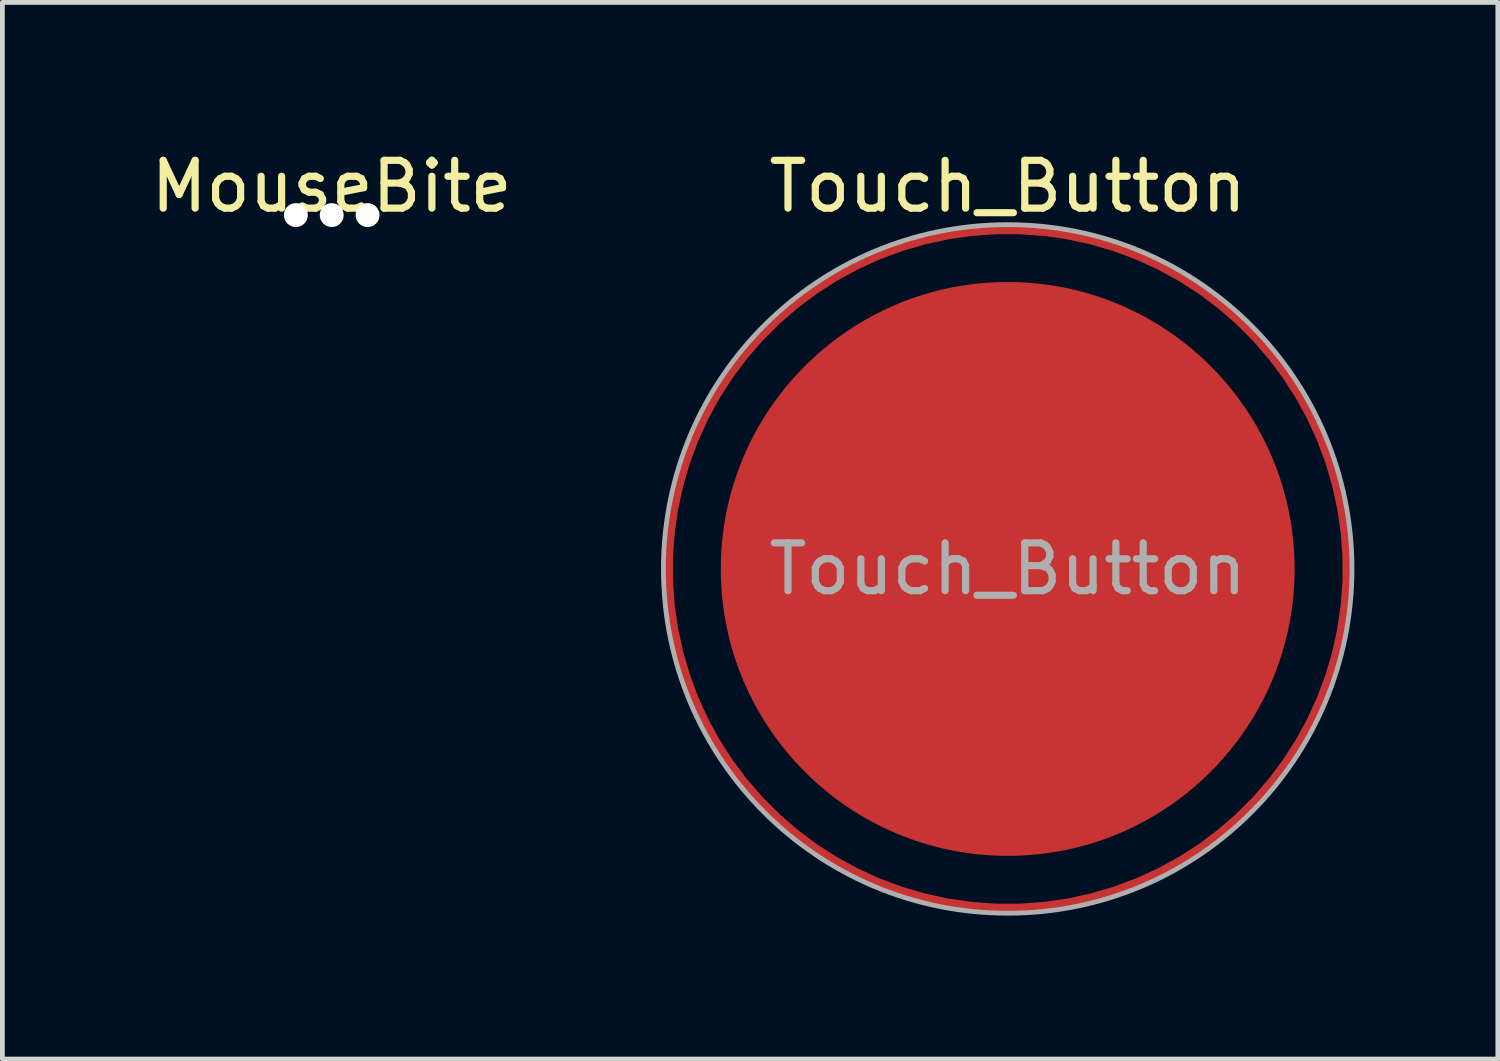
<source format=kicad_pcb>
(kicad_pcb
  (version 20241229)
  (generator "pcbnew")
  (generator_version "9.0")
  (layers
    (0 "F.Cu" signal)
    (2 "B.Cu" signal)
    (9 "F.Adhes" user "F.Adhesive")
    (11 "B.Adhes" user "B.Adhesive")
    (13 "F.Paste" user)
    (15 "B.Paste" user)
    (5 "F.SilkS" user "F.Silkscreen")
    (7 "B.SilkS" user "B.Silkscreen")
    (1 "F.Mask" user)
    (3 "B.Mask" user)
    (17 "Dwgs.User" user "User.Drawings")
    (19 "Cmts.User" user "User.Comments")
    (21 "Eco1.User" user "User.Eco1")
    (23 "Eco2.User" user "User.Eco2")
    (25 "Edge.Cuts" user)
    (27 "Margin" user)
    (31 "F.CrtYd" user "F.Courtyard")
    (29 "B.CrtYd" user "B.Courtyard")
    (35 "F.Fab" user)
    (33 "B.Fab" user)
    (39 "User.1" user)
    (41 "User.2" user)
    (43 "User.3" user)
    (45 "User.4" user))
  (footprint "Touch_Button"
    (layer "F.Cu")
    (at 18.024 8.848)
    (property "Reference" "Touch_Button" (at 0 -8 0) (layer "F.SilkS") (effects (font (size 1 1) (thickness 0.15))))
    (attr through_hole)
    (fp_circle (center 0 0) (end 7.2 0) (stroke (width 0.1) (type solid)) (fill no) (layer "F.Fab"))
    (fp_text user "${REFERENCE}" (at 0 0 0) (layer "F.Fab") (effects (font (size 1 1) (thickness 0.15))))
    (pad "1" smd circle (at 0 0) (size 12 12) (layers "F.Cu"))
    (pad "2" smd custom (at 0 7.1) (size 0.2 0.2) (layers "F.Cu") (options (anchor circle)) (primitives (gr_circle (center 0 -7.1) (end 7.1 -7.1) (width 0.2) (fill no)))))
  (footprint "MouseBite"
    (layer "F.Cu")
    (at 3.887 1.448)
    (property "Reference" "MouseBite" (at 0 -0.6 0) (layer "F.SilkS") (effects (font (size 1 1) (thickness 0.15))))
    (attr through_hole)
    (pad "" np_thru_hole circle (at -0.75 0) (size 0.5 0.5) (drill 0.5) (layers "*.Cu" "*.Mask"))
    (pad "" np_thru_hole circle (at 0 0) (size 0.5 0.5) (drill 0.5) (layers "*.Cu" "*.Mask"))
    (pad "" np_thru_hole circle (at 0.75 0) (size 0.5 0.5) (drill 0.5) (layers "*.Cu" "*.Mask")))
  (gr_rect
    (start -3 -3)
    (end 28.274 19.098)
    (stroke (width 0.1) (type default))
    (fill no)
    (layer "Edge.Cuts")))
</source>
